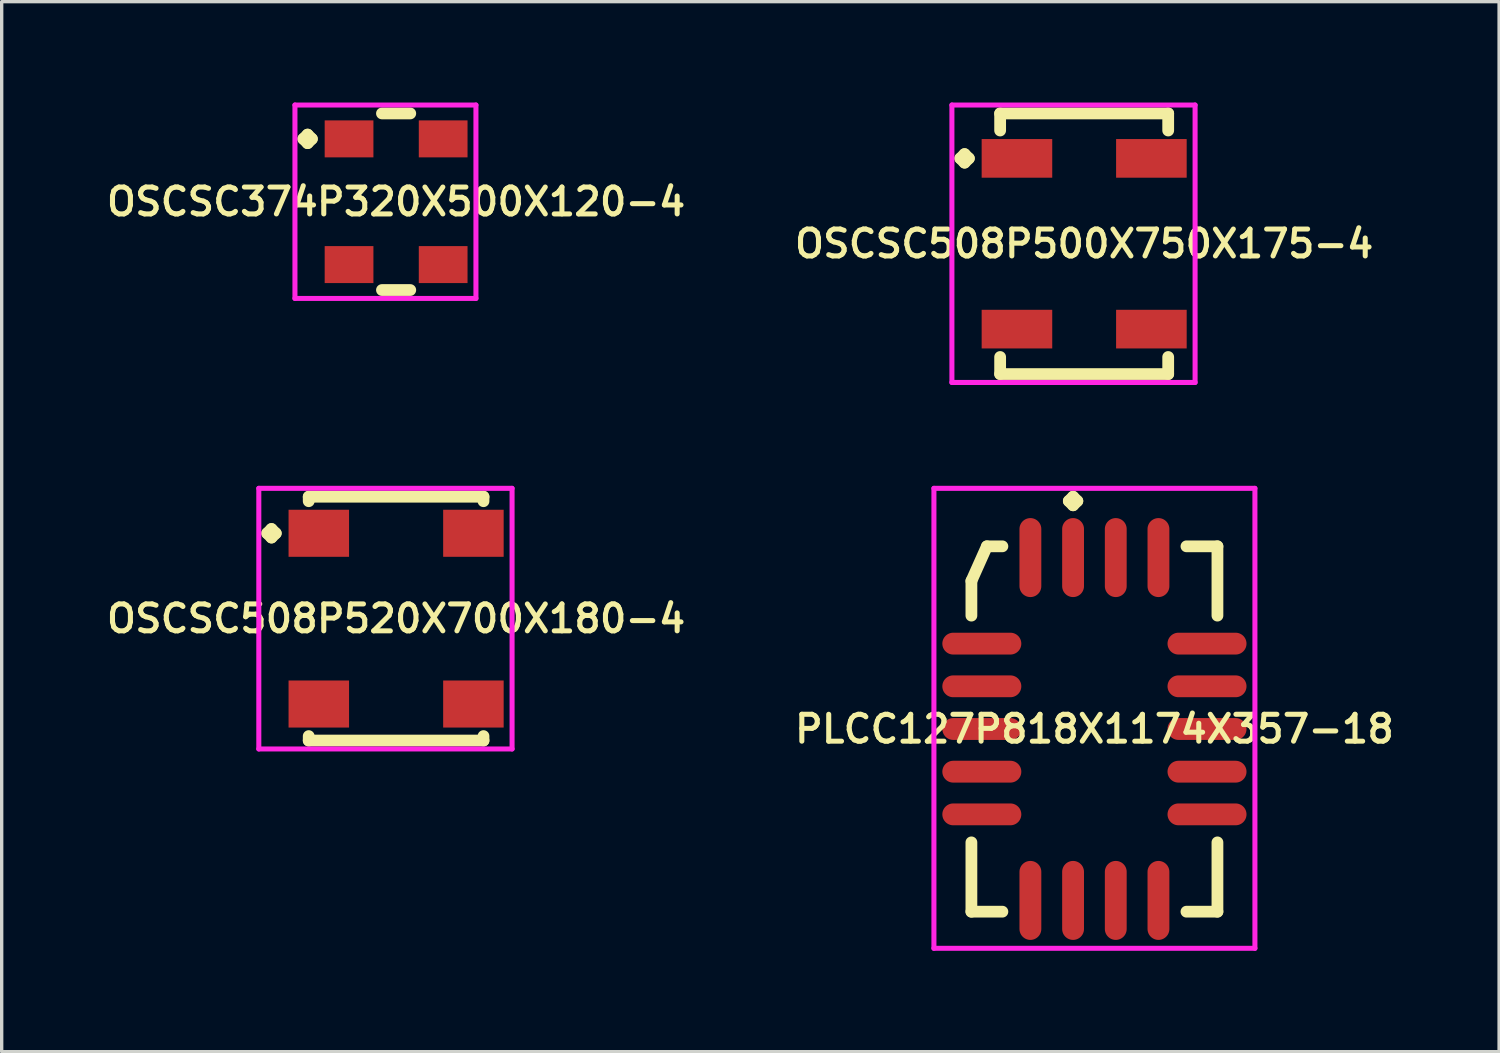
<source format=kicad_pcb>
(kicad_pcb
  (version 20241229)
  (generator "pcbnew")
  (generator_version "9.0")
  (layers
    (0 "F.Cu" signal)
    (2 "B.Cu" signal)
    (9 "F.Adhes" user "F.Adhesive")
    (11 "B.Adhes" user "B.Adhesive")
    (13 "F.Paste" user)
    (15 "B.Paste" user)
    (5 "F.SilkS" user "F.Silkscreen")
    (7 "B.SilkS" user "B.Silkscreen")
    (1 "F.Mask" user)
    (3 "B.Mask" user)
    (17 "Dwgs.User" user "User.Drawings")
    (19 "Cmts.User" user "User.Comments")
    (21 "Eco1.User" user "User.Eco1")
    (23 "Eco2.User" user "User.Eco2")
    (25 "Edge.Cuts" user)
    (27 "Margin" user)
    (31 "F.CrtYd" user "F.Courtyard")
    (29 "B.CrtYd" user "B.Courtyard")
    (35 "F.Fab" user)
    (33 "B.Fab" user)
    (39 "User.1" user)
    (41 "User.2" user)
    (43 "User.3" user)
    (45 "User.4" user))
  (footprint "OSCSC508P520X700X180-4"
    (layer "F.Cu")
    (at 8.735 15.356)
    (property "Reference" "OSCSC508P520X700X180-4" (at 0 0 0) (layer "F.SilkS") (effects (font (size 0.8 0.8) (thickness 0.15))))
    (attr smd)
    (fp_line (start -3.835 -2.54) (end -3.708 -2.667) (stroke (width 0.35) (type solid)) (layer "F.SilkS"))
    (fp_line (start -3.708 -2.667) (end -3.581 -2.54) (stroke (width 0.35) (type solid)) (layer "F.SilkS"))
    (fp_line (start -3.708 -2.413) (end -3.835 -2.54) (stroke (width 0.35) (type solid)) (layer "F.SilkS"))
    (fp_line (start -3.581 -2.54) (end -3.708 -2.413) (stroke (width 0.35) (type solid)) (layer "F.SilkS"))
    (fp_line (start -2.6 -3.627) (end 2.6 -3.627) (stroke (width 0.35) (type solid)) (layer "F.SilkS"))
    (fp_line (start -2.6 -3.494) (end -2.6 -3.627) (stroke (width 0.35) (type solid)) (layer "F.SilkS"))
    (fp_line (start -2.6 3.494) (end -2.6 3.627) (stroke (width 0.35) (type solid)) (layer "F.SilkS"))
    (fp_line (start -2.6 3.627) (end 2.6 3.627) (stroke (width 0.35) (type solid)) (layer "F.SilkS"))
    (fp_line (start 2.6 -3.627) (end 2.6 -3.494) (stroke (width 0.35) (type solid)) (layer "F.SilkS"))
    (fp_line (start 2.6 3.627) (end 2.6 3.494) (stroke (width 0.35) (type solid)) (layer "F.SilkS"))
    (fp_line (start -4.085 -3.877) (end 3.45 -3.877) (stroke (width 0.15) (type solid)) (layer "F.CrtYd"))
    (fp_line (start -4.085 3.877) (end -4.085 -3.877) (stroke (width 0.15) (type solid)) (layer "F.CrtYd"))
    (fp_line (start 3.45 -3.877) (end 3.45 3.877) (stroke (width 0.15) (type solid)) (layer "F.CrtYd"))
    (fp_line (start 3.45 3.877) (end -4.085 3.877) (stroke (width 0.15) (type solid)) (layer "F.CrtYd"))
    (pad "1" smd rect (at -2.3 -2.54) (size 1.8 1.4) (layers "F.Cu" "F.Mask" "F.Paste"))
    (pad "2" smd rect (at -2.3 2.54) (size 1.8 1.4) (layers "F.Cu" "F.Mask" "F.Paste"))
    (pad "3" smd rect (at 2.3 2.54) (size 1.8 1.4) (layers "F.Cu" "F.Mask" "F.Paste"))
    (pad "4" smd rect (at 2.3 -2.54) (size 1.8 1.4) (layers "F.Cu" "F.Mask" "F.Paste")))
  (footprint "OSCSC508P500X750X175-4"
    (layer "F.Cu")
    (at 29.206 4.202)
    (property "Reference" "OSCSC508P500X750X175-4" (at 0 0 0) (layer "F.SilkS") (effects (font (size 0.8 0.8) (thickness 0.15))))
    (attr smd)
    (fp_line (start -3.685 -2.54) (end -3.558 -2.667) (stroke (width 0.35) (type solid)) (layer "F.SilkS"))
    (fp_line (start -3.558 -2.667) (end -3.431 -2.54) (stroke (width 0.35) (type solid)) (layer "F.SilkS"))
    (fp_line (start -3.558 -2.413) (end -3.685 -2.54) (stroke (width 0.35) (type solid)) (layer "F.SilkS"))
    (fp_line (start -3.431 -2.54) (end -3.558 -2.413) (stroke (width 0.35) (type solid)) (layer "F.SilkS"))
    (fp_line (start -2.5 -3.877) (end 2.5 -3.877) (stroke (width 0.35) (type solid)) (layer "F.SilkS"))
    (fp_line (start -2.5 -3.369) (end -2.5 -3.877) (stroke (width 0.35) (type solid)) (layer "F.SilkS"))
    (fp_line (start -2.5 3.369) (end -2.5 3.877) (stroke (width 0.35) (type solid)) (layer "F.SilkS"))
    (fp_line (start -2.5 3.877) (end 2.5 3.877) (stroke (width 0.35) (type solid)) (layer "F.SilkS"))
    (fp_line (start 2.5 -3.877) (end 2.5 -3.369) (stroke (width 0.35) (type solid)) (layer "F.SilkS"))
    (fp_line (start 2.5 3.877) (end 2.5 3.369) (stroke (width 0.35) (type solid)) (layer "F.SilkS"))
    (fp_line (start -3.935 -4.127) (end 3.3 -4.127) (stroke (width 0.15) (type solid)) (layer "F.CrtYd"))
    (fp_line (start -3.935 4.127) (end -3.935 -4.127) (stroke (width 0.15) (type solid)) (layer "F.CrtYd"))
    (fp_line (start 3.3 -4.127) (end 3.3 4.127) (stroke (width 0.15) (type solid)) (layer "F.CrtYd"))
    (fp_line (start 3.3 4.127) (end -3.935 4.127) (stroke (width 0.15) (type solid)) (layer "F.CrtYd"))
    (pad "1" smd rect (at -2 -2.54) (size 2.1 1.15) (layers "F.Cu" "F.Mask" "F.Paste"))
    (pad "2" smd rect (at -2 2.54) (size 2.1 1.15) (layers "F.Cu" "F.Mask" "F.Paste"))
    (pad "3" smd rect (at 2 2.54) (size 2.1 1.15) (layers "F.Cu" "F.Mask" "F.Paste"))
    (pad "4" smd rect (at 2 -2.54) (size 2.1 1.15) (layers "F.Cu" "F.Mask" "F.Paste")))
  (footprint "PLCC127P818X1174X357-18"
    (layer "F.Cu")
    (at 29.511 18.639)
    (property "Reference" "PLCC127P818X1174X357-18" (at 0 0 0) (layer "F.SilkS") (effects (font (size 0.8 0.8) (thickness 0.15))))
    (attr smd)
    (fp_line (start -3.66 -4.404) (end -3.199 -5.435) (stroke (width 0.35) (type solid)) (layer "F.SilkS"))
    (fp_line (start -3.66 -3.373) (end -3.66 -4.404) (stroke (width 0.35) (type solid)) (layer "F.SilkS"))
    (fp_line (start -3.66 3.373) (end -3.66 5.435) (stroke (width 0.35) (type solid)) (layer "F.SilkS"))
    (fp_line (start -3.66 5.435) (end -2.738 5.435) (stroke (width 0.35) (type solid)) (layer "F.SilkS"))
    (fp_line (start -3.199 -5.435) (end -2.738 -5.435) (stroke (width 0.35) (type solid)) (layer "F.SilkS"))
    (fp_line (start -0.762 -6.783) (end -0.635 -6.91) (stroke (width 0.35) (type solid)) (layer "F.SilkS"))
    (fp_line (start -0.635 -6.91) (end -0.508 -6.783) (stroke (width 0.35) (type solid)) (layer "F.SilkS"))
    (fp_line (start -0.635 -6.656) (end -0.762 -6.783) (stroke (width 0.35) (type solid)) (layer "F.SilkS"))
    (fp_line (start -0.508 -6.783) (end -0.635 -6.656) (stroke (width 0.35) (type solid)) (layer "F.SilkS"))
    (fp_line (start 3.66 -5.435) (end 2.738 -5.435) (stroke (width 0.35) (type solid)) (layer "F.SilkS"))
    (fp_line (start 3.66 -3.373) (end 3.66 -5.435) (stroke (width 0.35) (type solid)) (layer "F.SilkS"))
    (fp_line (start 3.66 3.373) (end 3.66 5.435) (stroke (width 0.35) (type solid)) (layer "F.SilkS"))
    (fp_line (start 3.66 5.435) (end 2.738 5.435) (stroke (width 0.35) (type solid)) (layer "F.SilkS"))
    (fp_line (start -4.775 -7.16) (end 4.775 -7.16) (stroke (width 0.15) (type solid)) (layer "F.CrtYd"))
    (fp_line (start -4.775 6.525) (end -4.775 -7.16) (stroke (width 0.15) (type solid)) (layer "F.CrtYd"))
    (fp_line (start 4.775 -7.16) (end 4.775 6.525) (stroke (width 0.15) (type solid)) (layer "F.CrtYd"))
    (fp_line (start 4.775 6.525) (end -4.775 6.525) (stroke (width 0.15) (type solid)) (layer "F.CrtYd"))
    (pad "1" smd oval (at -0.635 -5.1) (size 0.65 2.35) (layers "F.Cu" "F.Mask" "F.Paste"))
    (pad "2" smd oval (at -1.905 -5.1) (size 0.65 2.35) (layers "F.Cu" "F.Mask" "F.Paste"))
    (pad "3" smd oval (at -3.35 -2.54) (size 2.35 0.65) (layers "F.Cu" "F.Mask" "F.Paste"))
    (pad "4" smd oval (at -3.35 -1.27) (size 2.35 0.65) (layers "F.Cu" "F.Mask" "F.Paste"))
    (pad "5" smd oval (at -3.35 0) (size 2.35 0.65) (layers "F.Cu" "F.Mask" "F.Paste"))
    (pad "6" smd oval (at -3.35 1.27) (size 2.35 0.65) (layers "F.Cu" "F.Mask" "F.Paste"))
    (pad "7" smd oval (at -3.35 2.54) (size 2.35 0.65) (layers "F.Cu" "F.Mask" "F.Paste"))
    (pad "8" smd oval (at -1.905 5.1) (size 0.65 2.35) (layers "F.Cu" "F.Mask" "F.Paste"))
    (pad "9" smd oval (at -0.635 5.1) (size 0.65 2.35) (layers "F.Cu" "F.Mask" "F.Paste"))
    (pad "10" smd oval (at 0.635 5.1) (size 0.65 2.35) (layers "F.Cu" "F.Mask" "F.Paste"))
    (pad "11" smd oval (at 1.905 5.1) (size 0.65 2.35) (layers "F.Cu" "F.Mask" "F.Paste"))
    (pad "12" smd oval (at 3.35 2.54) (size 2.35 0.65) (layers "F.Cu" "F.Mask" "F.Paste"))
    (pad "13" smd oval (at 3.35 1.27) (size 2.35 0.65) (layers "F.Cu" "F.Mask" "F.Paste"))
    (pad "14" smd oval (at 3.35 0) (size 2.35 0.65) (layers "F.Cu" "F.Mask" "F.Paste"))
    (pad "15" smd oval (at 3.35 -1.27) (size 2.35 0.65) (layers "F.Cu" "F.Mask" "F.Paste"))
    (pad "16" smd oval (at 3.35 -2.54) (size 2.35 0.65) (layers "F.Cu" "F.Mask" "F.Paste"))
    (pad "17" smd oval (at 1.905 -5.1) (size 0.65 2.35) (layers "F.Cu" "F.Mask" "F.Paste"))
    (pad "18" smd oval (at 0.635 -5.1) (size 0.65 2.35) (layers "F.Cu" "F.Mask" "F.Paste")))
  (footprint "OSCSC374P320X500X120-4"
    (layer "F.Cu")
    (at 8.735 2.952)
    (property "Reference" "OSCSC374P320X500X120-4" (at 0 0 0) (layer "F.SilkS") (effects (font (size 0.8 0.8) (thickness 0.15))))
    (attr smd)
    (fp_line (start -2.76 -1.87) (end -2.633 -1.997) (stroke (width 0.35) (type solid)) (layer "F.SilkS"))
    (fp_line (start -2.633 -1.997) (end -2.506 -1.87) (stroke (width 0.35) (type solid)) (layer "F.SilkS"))
    (fp_line (start -2.633 -1.743) (end -2.76 -1.87) (stroke (width 0.35) (type solid)) (layer "F.SilkS"))
    (fp_line (start -2.506 -1.87) (end -2.633 -1.743) (stroke (width 0.35) (type solid)) (layer "F.SilkS"))
    (fp_line (start -0.421 -2.627) (end 0.421 -2.627) (stroke (width 0.35) (type solid)) (layer "F.SilkS"))
    (fp_line (start -0.421 2.627) (end 0.421 2.627) (stroke (width 0.35) (type solid)) (layer "F.SilkS"))
    (fp_line (start -3.01 -2.877) (end 2.375 -2.877) (stroke (width 0.15) (type solid)) (layer "F.CrtYd"))
    (fp_line (start -3.01 2.877) (end -3.01 -2.877) (stroke (width 0.15) (type solid)) (layer "F.CrtYd"))
    (fp_line (start 2.375 -2.877) (end 2.375 2.877) (stroke (width 0.15) (type solid)) (layer "F.CrtYd"))
    (fp_line (start 2.375 2.877) (end -3.01 2.877) (stroke (width 0.15) (type solid)) (layer "F.CrtYd"))
    (pad "1" smd rect (at -1.4 -1.87) (size 1.45 1.1) (layers "F.Cu" "F.Mask" "F.Paste"))
    (pad "2" smd rect (at -1.4 1.87) (size 1.45 1.1) (layers "F.Cu" "F.Mask" "F.Paste"))
    (pad "3" smd rect (at 1.4 1.87) (size 1.45 1.1) (layers "F.Cu" "F.Mask" "F.Paste"))
    (pad "4" smd rect (at 1.4 -1.87) (size 1.45 1.1) (layers "F.Cu" "F.Mask" "F.Paste")))
  (gr_rect
    (start -3 -3)
    (end 41.551 28.239)
    (stroke (width 0.1) (type default))
    (fill no)
    (layer "Edge.Cuts")))
</source>
